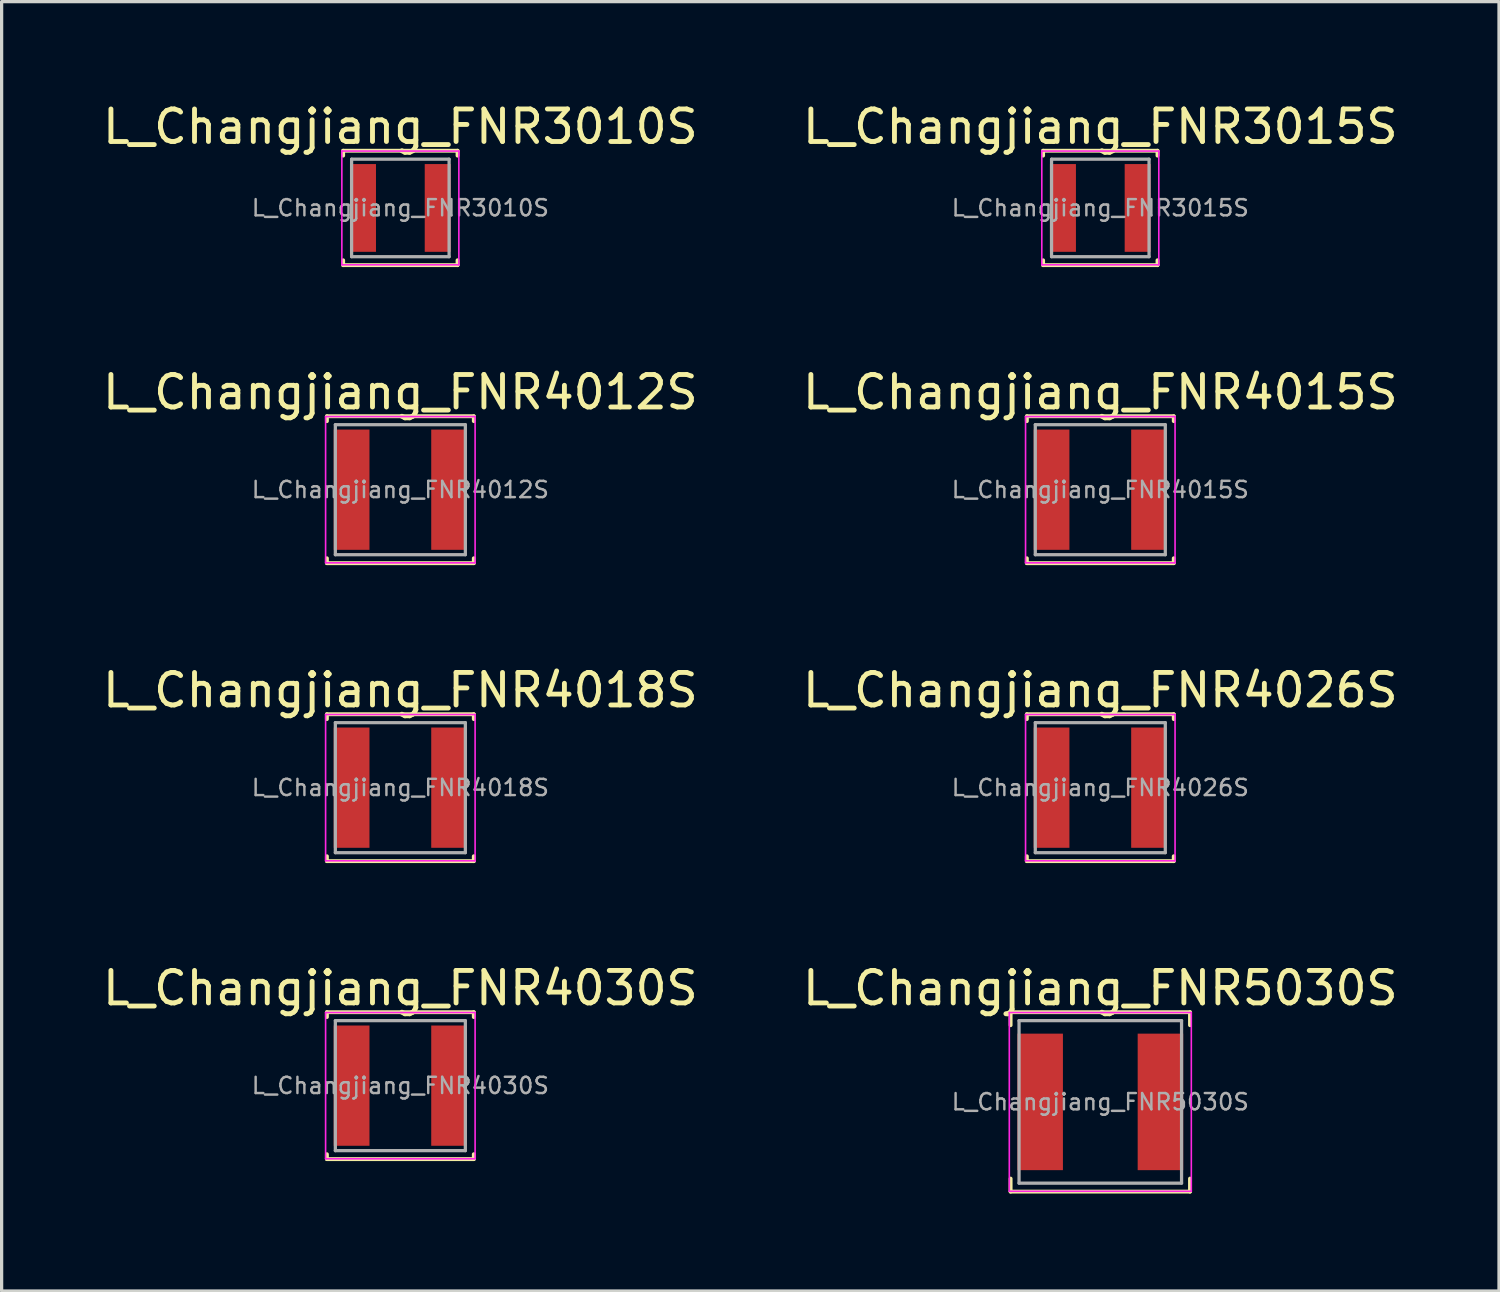
<source format=kicad_pcb>
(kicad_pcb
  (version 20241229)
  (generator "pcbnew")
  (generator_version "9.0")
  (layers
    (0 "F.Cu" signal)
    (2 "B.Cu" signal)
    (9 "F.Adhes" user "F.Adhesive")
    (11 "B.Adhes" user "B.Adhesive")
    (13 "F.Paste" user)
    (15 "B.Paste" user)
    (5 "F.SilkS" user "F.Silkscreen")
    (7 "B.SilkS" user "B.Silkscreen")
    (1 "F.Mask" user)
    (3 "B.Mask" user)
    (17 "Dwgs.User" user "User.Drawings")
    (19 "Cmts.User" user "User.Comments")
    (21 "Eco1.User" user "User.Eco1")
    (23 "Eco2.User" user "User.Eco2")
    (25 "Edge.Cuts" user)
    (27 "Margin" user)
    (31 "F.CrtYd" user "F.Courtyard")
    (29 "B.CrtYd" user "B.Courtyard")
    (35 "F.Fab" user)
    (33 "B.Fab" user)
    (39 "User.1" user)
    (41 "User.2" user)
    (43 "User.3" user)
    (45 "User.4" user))
  (footprint "L_Changjiang_FNR3010S"
    (layer "F.Cu")
    (at 9.268 3.348)
    (property "Reference" "L_Changjiang_FNR3010S" (at 0 -2.5 0) (layer "F.SilkS") (effects (font (size 1 1) (thickness 0.15))))
    (attr smd)
    (fp_line (start -1.76 -1.76) (end -1.76 -1.61) (stroke (width 0.12) (type solid)) (layer "F.SilkS"))
    (fp_line (start -1.76 -1.76) (end 1.76 -1.76) (stroke (width 0.12) (type solid)) (layer "F.SilkS"))
    (fp_line (start -1.76 1.76) (end -1.76 1.61) (stroke (width 0.12) (type solid)) (layer "F.SilkS"))
    (fp_line (start -1.76 1.76) (end 1.76 1.76) (stroke (width 0.12) (type solid)) (layer "F.SilkS"))
    (fp_line (start 1.76 -1.76) (end 1.76 -1.61) (stroke (width 0.12) (type solid)) (layer "F.SilkS"))
    (fp_line (start 1.76 1.76) (end 1.76 1.61) (stroke (width 0.12) (type solid)) (layer "F.SilkS"))
    (fp_line (start -1.8 -1.75) (end -1.8 1.75) (stroke (width 0.05) (type solid)) (layer "F.CrtYd"))
    (fp_line (start -1.8 1.75) (end 1.8 1.75) (stroke (width 0.05) (type solid)) (layer "F.CrtYd"))
    (fp_line (start 1.8 -1.75) (end -1.8 -1.75) (stroke (width 0.05) (type solid)) (layer "F.CrtYd"))
    (fp_line (start 1.8 1.75) (end 1.8 -1.75) (stroke (width 0.05) (type solid)) (layer "F.CrtYd"))
    (fp_line (start -1.5 -1.5) (end -1.5 1.5) (stroke (width 0.1) (type solid)) (layer "F.Fab"))
    (fp_line (start -1.5 1.5) (end 1.5 1.5) (stroke (width 0.1) (type solid)) (layer "F.Fab"))
    (fp_line (start 1.5 -1.5) (end -1.5 -1.5) (stroke (width 0.1) (type solid)) (layer "F.Fab"))
    (fp_line (start 1.5 1.5) (end 1.5 -1.5) (stroke (width 0.1) (type solid)) (layer "F.Fab"))
    (fp_text user "${REFERENCE}" (at 0 0 0) (layer "F.Fab") (effects (font (size 0.5 0.5) (thickness 0.075))))
    (pad "1" smd rect (at -1.15 0) (size 0.8 2.7) (layers "F.Cu" "F.Mask" "F.Paste"))
    (pad "2" smd rect (at 1.15 0) (size 0.8 2.7) (layers "F.Cu" "F.Mask" "F.Paste")))
  (footprint "L_Changjiang_FNR4015S"
    (layer "F.Cu")
    (at 30.804 12.017)
    (property "Reference" "L_Changjiang_FNR4015S" (at 0 -3 0) (layer "F.SilkS") (effects (font (size 1 1) (thickness 0.15))))
    (attr smd)
    (fp_line (start -2.26 -2.26) (end -2.26 -2.11) (stroke (width 0.12) (type solid)) (layer "F.SilkS"))
    (fp_line (start -2.26 -2.26) (end 2.26 -2.26) (stroke (width 0.12) (type solid)) (layer "F.SilkS"))
    (fp_line (start -2.26 2.26) (end -2.26 2.11) (stroke (width 0.12) (type solid)) (layer "F.SilkS"))
    (fp_line (start -2.26 2.26) (end 2.26 2.26) (stroke (width 0.12) (type solid)) (layer "F.SilkS"))
    (fp_line (start 2.26 -2.26) (end 2.26 -2.11) (stroke (width 0.12) (type solid)) (layer "F.SilkS"))
    (fp_line (start 2.26 2.26) (end 2.26 2.11) (stroke (width 0.12) (type solid)) (layer "F.SilkS"))
    (fp_line (start -2.3 -2.25) (end -2.3 2.25) (stroke (width 0.05) (type solid)) (layer "F.CrtYd"))
    (fp_line (start -2.3 2.25) (end 2.3 2.25) (stroke (width 0.05) (type solid)) (layer "F.CrtYd"))
    (fp_line (start 2.3 -2.25) (end -2.3 -2.25) (stroke (width 0.05) (type solid)) (layer "F.CrtYd"))
    (fp_line (start 2.3 2.25) (end 2.3 -2.25) (stroke (width 0.05) (type solid)) (layer "F.CrtYd"))
    (fp_line (start -2 -2) (end -2 2) (stroke (width 0.1) (type solid)) (layer "F.Fab"))
    (fp_line (start -2 2) (end 2 2) (stroke (width 0.1) (type solid)) (layer "F.Fab"))
    (fp_line (start 2 -2) (end -2 -2) (stroke (width 0.1) (type solid)) (layer "F.Fab"))
    (fp_line (start 2 2) (end 2 -2) (stroke (width 0.1) (type solid)) (layer "F.Fab"))
    (fp_text user "${REFERENCE}" (at 0 0 0) (layer "F.Fab") (effects (font (size 0.5 0.5) (thickness 0.075))))
    (pad "1" smd rect (at -1.5 0) (size 1.1 3.7) (layers "F.Cu" "F.Mask" "F.Paste"))
    (pad "2" smd rect (at 1.5 0) (size 1.1 3.7) (layers "F.Cu" "F.Mask" "F.Paste")))
  (footprint "L_Changjiang_FNR4018S"
    (layer "F.Cu")
    (at 9.268 21.185)
    (property "Reference" "L_Changjiang_FNR4018S" (at 0 -3 0) (layer "F.SilkS") (effects (font (size 1 1) (thickness 0.15))))
    (attr smd)
    (fp_line (start -2.26 -2.26) (end -2.26 -2.11) (stroke (width 0.12) (type solid)) (layer "F.SilkS"))
    (fp_line (start -2.26 -2.26) (end 2.26 -2.26) (stroke (width 0.12) (type solid)) (layer "F.SilkS"))
    (fp_line (start -2.26 2.26) (end -2.26 2.11) (stroke (width 0.12) (type solid)) (layer "F.SilkS"))
    (fp_line (start -2.26 2.26) (end 2.26 2.26) (stroke (width 0.12) (type solid)) (layer "F.SilkS"))
    (fp_line (start 2.26 -2.26) (end 2.26 -2.11) (stroke (width 0.12) (type solid)) (layer "F.SilkS"))
    (fp_line (start 2.26 2.26) (end 2.26 2.11) (stroke (width 0.12) (type solid)) (layer "F.SilkS"))
    (fp_line (start -2.3 -2.25) (end -2.3 2.25) (stroke (width 0.05) (type solid)) (layer "F.CrtYd"))
    (fp_line (start -2.3 2.25) (end 2.3 2.25) (stroke (width 0.05) (type solid)) (layer "F.CrtYd"))
    (fp_line (start 2.3 -2.25) (end -2.3 -2.25) (stroke (width 0.05) (type solid)) (layer "F.CrtYd"))
    (fp_line (start 2.3 2.25) (end 2.3 -2.25) (stroke (width 0.05) (type solid)) (layer "F.CrtYd"))
    (fp_line (start -2 -2) (end -2 2) (stroke (width 0.1) (type solid)) (layer "F.Fab"))
    (fp_line (start -2 2) (end 2 2) (stroke (width 0.1) (type solid)) (layer "F.Fab"))
    (fp_line (start 2 -2) (end -2 -2) (stroke (width 0.1) (type solid)) (layer "F.Fab"))
    (fp_line (start 2 2) (end 2 -2) (stroke (width 0.1) (type solid)) (layer "F.Fab"))
    (fp_text user "${REFERENCE}" (at 0 0 0) (layer "F.Fab") (effects (font (size 0.5 0.5) (thickness 0.075))))
    (pad "1" smd rect (at -1.5 0) (size 1.1 3.7) (layers "F.Cu" "F.Mask" "F.Paste"))
    (pad "2" smd rect (at 1.5 0) (size 1.1 3.7) (layers "F.Cu" "F.Mask" "F.Paste")))
  (footprint "L_Changjiang_FNR4026S"
    (layer "F.Cu")
    (at 30.804 21.185)
    (property "Reference" "L_Changjiang_FNR4026S" (at 0 -3 0) (layer "F.SilkS") (effects (font (size 1 1) (thickness 0.15))))
    (attr smd)
    (fp_line (start -2.26 -2.26) (end -2.26 -2.11) (stroke (width 0.12) (type solid)) (layer "F.SilkS"))
    (fp_line (start -2.26 -2.26) (end 2.26 -2.26) (stroke (width 0.12) (type solid)) (layer "F.SilkS"))
    (fp_line (start -2.26 2.26) (end -2.26 2.11) (stroke (width 0.12) (type solid)) (layer "F.SilkS"))
    (fp_line (start -2.26 2.26) (end 2.26 2.26) (stroke (width 0.12) (type solid)) (layer "F.SilkS"))
    (fp_line (start 2.26 -2.26) (end 2.26 -2.11) (stroke (width 0.12) (type solid)) (layer "F.SilkS"))
    (fp_line (start 2.26 2.26) (end 2.26 2.11) (stroke (width 0.12) (type solid)) (layer "F.SilkS"))
    (fp_line (start -2.3 -2.25) (end -2.3 2.25) (stroke (width 0.05) (type solid)) (layer "F.CrtYd"))
    (fp_line (start -2.3 2.25) (end 2.3 2.25) (stroke (width 0.05) (type solid)) (layer "F.CrtYd"))
    (fp_line (start 2.3 -2.25) (end -2.3 -2.25) (stroke (width 0.05) (type solid)) (layer "F.CrtYd"))
    (fp_line (start 2.3 2.25) (end 2.3 -2.25) (stroke (width 0.05) (type solid)) (layer "F.CrtYd"))
    (fp_line (start -2 -2) (end -2 2) (stroke (width 0.1) (type solid)) (layer "F.Fab"))
    (fp_line (start -2 2) (end 2 2) (stroke (width 0.1) (type solid)) (layer "F.Fab"))
    (fp_line (start 2 -2) (end -2 -2) (stroke (width 0.1) (type solid)) (layer "F.Fab"))
    (fp_line (start 2 2) (end 2 -2) (stroke (width 0.1) (type solid)) (layer "F.Fab"))
    (fp_text user "${REFERENCE}" (at 0 0 0) (layer "F.Fab") (effects (font (size 0.5 0.5) (thickness 0.075))))
    (pad "1" smd rect (at -1.5 0) (size 1.1 3.7) (layers "F.Cu" "F.Mask" "F.Paste"))
    (pad "2" smd rect (at 1.5 0) (size 1.1 3.7) (layers "F.Cu" "F.Mask" "F.Paste")))
  (footprint "L_Changjiang_FNR4012S"
    (layer "F.Cu")
    (at 9.268 12.017)
    (property "Reference" "L_Changjiang_FNR4012S" (at 0 -3 0) (layer "F.SilkS") (effects (font (size 1 1) (thickness 0.15))))
    (attr smd)
    (fp_line (start -2.26 -2.26) (end -2.26 -2.11) (stroke (width 0.12) (type solid)) (layer "F.SilkS"))
    (fp_line (start -2.26 -2.26) (end 2.26 -2.26) (stroke (width 0.12) (type solid)) (layer "F.SilkS"))
    (fp_line (start -2.26 2.26) (end -2.26 2.11) (stroke (width 0.12) (type solid)) (layer "F.SilkS"))
    (fp_line (start -2.26 2.26) (end 2.26 2.26) (stroke (width 0.12) (type solid)) (layer "F.SilkS"))
    (fp_line (start 2.26 -2.26) (end 2.26 -2.11) (stroke (width 0.12) (type solid)) (layer "F.SilkS"))
    (fp_line (start 2.26 2.26) (end 2.26 2.11) (stroke (width 0.12) (type solid)) (layer "F.SilkS"))
    (fp_line (start -2.3 -2.25) (end -2.3 2.25) (stroke (width 0.05) (type solid)) (layer "F.CrtYd"))
    (fp_line (start -2.3 2.25) (end 2.3 2.25) (stroke (width 0.05) (type solid)) (layer "F.CrtYd"))
    (fp_line (start 2.3 -2.25) (end -2.3 -2.25) (stroke (width 0.05) (type solid)) (layer "F.CrtYd"))
    (fp_line (start 2.3 2.25) (end 2.3 -2.25) (stroke (width 0.05) (type solid)) (layer "F.CrtYd"))
    (fp_line (start -2 -2) (end -2 2) (stroke (width 0.1) (type solid)) (layer "F.Fab"))
    (fp_line (start -2 2) (end 2 2) (stroke (width 0.1) (type solid)) (layer "F.Fab"))
    (fp_line (start 2 -2) (end -2 -2) (stroke (width 0.1) (type solid)) (layer "F.Fab"))
    (fp_line (start 2 2) (end 2 -2) (stroke (width 0.1) (type solid)) (layer "F.Fab"))
    (fp_text user "${REFERENCE}" (at 0 0 0) (layer "F.Fab") (effects (font (size 0.5 0.5) (thickness 0.075))))
    (pad "1" smd rect (at -1.5 0) (size 1.1 3.7) (layers "F.Cu" "F.Mask" "F.Paste"))
    (pad "2" smd rect (at 1.5 0) (size 1.1 3.7) (layers "F.Cu" "F.Mask" "F.Paste")))
  (footprint "L_Changjiang_FNR3015S"
    (layer "F.Cu")
    (at 30.804 3.348)
    (property "Reference" "L_Changjiang_FNR3015S" (at 0 -2.5 0) (layer "F.SilkS") (effects (font (size 1 1) (thickness 0.15))))
    (attr smd)
    (fp_line (start -1.76 -1.76) (end -1.76 -1.61) (stroke (width 0.12) (type solid)) (layer "F.SilkS"))
    (fp_line (start -1.76 -1.76) (end 1.76 -1.76) (stroke (width 0.12) (type solid)) (layer "F.SilkS"))
    (fp_line (start -1.76 1.76) (end -1.76 1.61) (stroke (width 0.12) (type solid)) (layer "F.SilkS"))
    (fp_line (start -1.76 1.76) (end 1.76 1.76) (stroke (width 0.12) (type solid)) (layer "F.SilkS"))
    (fp_line (start 1.76 -1.76) (end 1.76 -1.61) (stroke (width 0.12) (type solid)) (layer "F.SilkS"))
    (fp_line (start 1.76 1.76) (end 1.76 1.61) (stroke (width 0.12) (type solid)) (layer "F.SilkS"))
    (fp_line (start -1.8 -1.75) (end -1.8 1.75) (stroke (width 0.05) (type solid)) (layer "F.CrtYd"))
    (fp_line (start -1.8 1.75) (end 1.8 1.75) (stroke (width 0.05) (type solid)) (layer "F.CrtYd"))
    (fp_line (start 1.8 -1.75) (end -1.8 -1.75) (stroke (width 0.05) (type solid)) (layer "F.CrtYd"))
    (fp_line (start 1.8 1.75) (end 1.8 -1.75) (stroke (width 0.05) (type solid)) (layer "F.CrtYd"))
    (fp_line (start -1.5 -1.5) (end -1.5 1.5) (stroke (width 0.1) (type solid)) (layer "F.Fab"))
    (fp_line (start -1.5 1.5) (end 1.5 1.5) (stroke (width 0.1) (type solid)) (layer "F.Fab"))
    (fp_line (start 1.5 -1.5) (end -1.5 -1.5) (stroke (width 0.1) (type solid)) (layer "F.Fab"))
    (fp_line (start 1.5 1.5) (end 1.5 -1.5) (stroke (width 0.1) (type solid)) (layer "F.Fab"))
    (fp_text user "${REFERENCE}" (at 0 0 0) (layer "F.Fab") (effects (font (size 0.5 0.5) (thickness 0.075))))
    (pad "1" smd rect (at -1.15 0) (size 0.8 2.7) (layers "F.Cu" "F.Mask" "F.Paste"))
    (pad "2" smd rect (at 1.15 0) (size 0.8 2.7) (layers "F.Cu" "F.Mask" "F.Paste")))
  (footprint "L_Changjiang_FNR5030S"
    (layer "F.Cu")
    (at 30.804 30.853)
    (property "Reference" "L_Changjiang_FNR5030S" (at 0 -3.5 0) (layer "F.SilkS") (effects (font (size 1 1) (thickness 0.15))))
    (attr smd)
    (fp_line (start -2.76 -2.76) (end -2.76 -2.36) (stroke (width 0.12) (type solid)) (layer "F.SilkS"))
    (fp_line (start -2.76 -2.76) (end 2.76 -2.76) (stroke (width 0.12) (type solid)) (layer "F.SilkS"))
    (fp_line (start -2.76 2.76) (end -2.76 2.36) (stroke (width 0.12) (type solid)) (layer "F.SilkS"))
    (fp_line (start -2.76 2.76) (end 2.76 2.76) (stroke (width 0.12) (type solid)) (layer "F.SilkS"))
    (fp_line (start 2.76 -2.76) (end 2.76 -2.36) (stroke (width 0.12) (type solid)) (layer "F.SilkS"))
    (fp_line (start 2.76 2.76) (end 2.76 2.36) (stroke (width 0.12) (type solid)) (layer "F.SilkS"))
    (fp_line (start -2.8 -2.75) (end -2.8 2.75) (stroke (width 0.05) (type solid)) (layer "F.CrtYd"))
    (fp_line (start -2.8 2.75) (end 2.8 2.75) (stroke (width 0.05) (type solid)) (layer "F.CrtYd"))
    (fp_line (start 2.8 -2.75) (end -2.8 -2.75) (stroke (width 0.05) (type solid)) (layer "F.CrtYd"))
    (fp_line (start 2.8 2.75) (end 2.8 -2.75) (stroke (width 0.05) (type solid)) (layer "F.CrtYd"))
    (fp_line (start -2.5 -2.5) (end -2.5 2.5) (stroke (width 0.1) (type solid)) (layer "F.Fab"))
    (fp_line (start -2.5 2.5) (end 2.5 2.5) (stroke (width 0.1) (type solid)) (layer "F.Fab"))
    (fp_line (start 2.5 -2.5) (end -2.5 -2.5) (stroke (width 0.1) (type solid)) (layer "F.Fab"))
    (fp_line (start 2.5 2.5) (end 2.5 -2.5) (stroke (width 0.1) (type solid)) (layer "F.Fab"))
    (fp_text user "${REFERENCE}" (at 0 0 0) (layer "F.Fab") (effects (font (size 0.5 0.5) (thickness 0.075))))
    (pad "1" smd rect (at -1.85 0) (size 1.4 4.2) (layers "F.Cu" "F.Mask" "F.Paste"))
    (pad "2" smd rect (at 1.85 0) (size 1.4 4.2) (layers "F.Cu" "F.Mask" "F.Paste")))
  (footprint "L_Changjiang_FNR4030S"
    (layer "F.Cu")
    (at 9.268 30.353)
    (property "Reference" "L_Changjiang_FNR4030S" (at 0 -3 0) (layer "F.SilkS") (effects (font (size 1 1) (thickness 0.15))))
    (attr smd)
    (fp_line (start -2.26 -2.26) (end -2.26 -2.11) (stroke (width 0.12) (type solid)) (layer "F.SilkS"))
    (fp_line (start -2.26 -2.26) (end 2.26 -2.26) (stroke (width 0.12) (type solid)) (layer "F.SilkS"))
    (fp_line (start -2.26 2.26) (end -2.26 2.11) (stroke (width 0.12) (type solid)) (layer "F.SilkS"))
    (fp_line (start -2.26 2.26) (end 2.26 2.26) (stroke (width 0.12) (type solid)) (layer "F.SilkS"))
    (fp_line (start 2.26 -2.26) (end 2.26 -2.11) (stroke (width 0.12) (type solid)) (layer "F.SilkS"))
    (fp_line (start 2.26 2.26) (end 2.26 2.11) (stroke (width 0.12) (type solid)) (layer "F.SilkS"))
    (fp_line (start -2.3 -2.25) (end -2.3 2.25) (stroke (width 0.05) (type solid)) (layer "F.CrtYd"))
    (fp_line (start -2.3 2.25) (end 2.3 2.25) (stroke (width 0.05) (type solid)) (layer "F.CrtYd"))
    (fp_line (start 2.3 -2.25) (end -2.3 -2.25) (stroke (width 0.05) (type solid)) (layer "F.CrtYd"))
    (fp_line (start 2.3 2.25) (end 2.3 -2.25) (stroke (width 0.05) (type solid)) (layer "F.CrtYd"))
    (fp_line (start -2 -2) (end -2 2) (stroke (width 0.1) (type solid)) (layer "F.Fab"))
    (fp_line (start -2 2) (end 2 2) (stroke (width 0.1) (type solid)) (layer "F.Fab"))
    (fp_line (start 2 -2) (end -2 -2) (stroke (width 0.1) (type solid)) (layer "F.Fab"))
    (fp_line (start 2 2) (end 2 -2) (stroke (width 0.1) (type solid)) (layer "F.Fab"))
    (fp_text user "${REFERENCE}" (at 0 0 0) (layer "F.Fab") (effects (font (size 0.5 0.5) (thickness 0.075))))
    (pad "1" smd rect (at -1.5 0) (size 1.1 3.7) (layers "F.Cu" "F.Mask" "F.Paste"))
    (pad "2" smd rect (at 1.5 0) (size 1.1 3.7) (layers "F.Cu" "F.Mask" "F.Paste")))
  (gr_rect
    (start -3 -3)
    (end 43.071 36.673)
    (stroke (width 0.1) (type default))
    (fill no)
    (layer "Edge.Cuts")))
</source>
